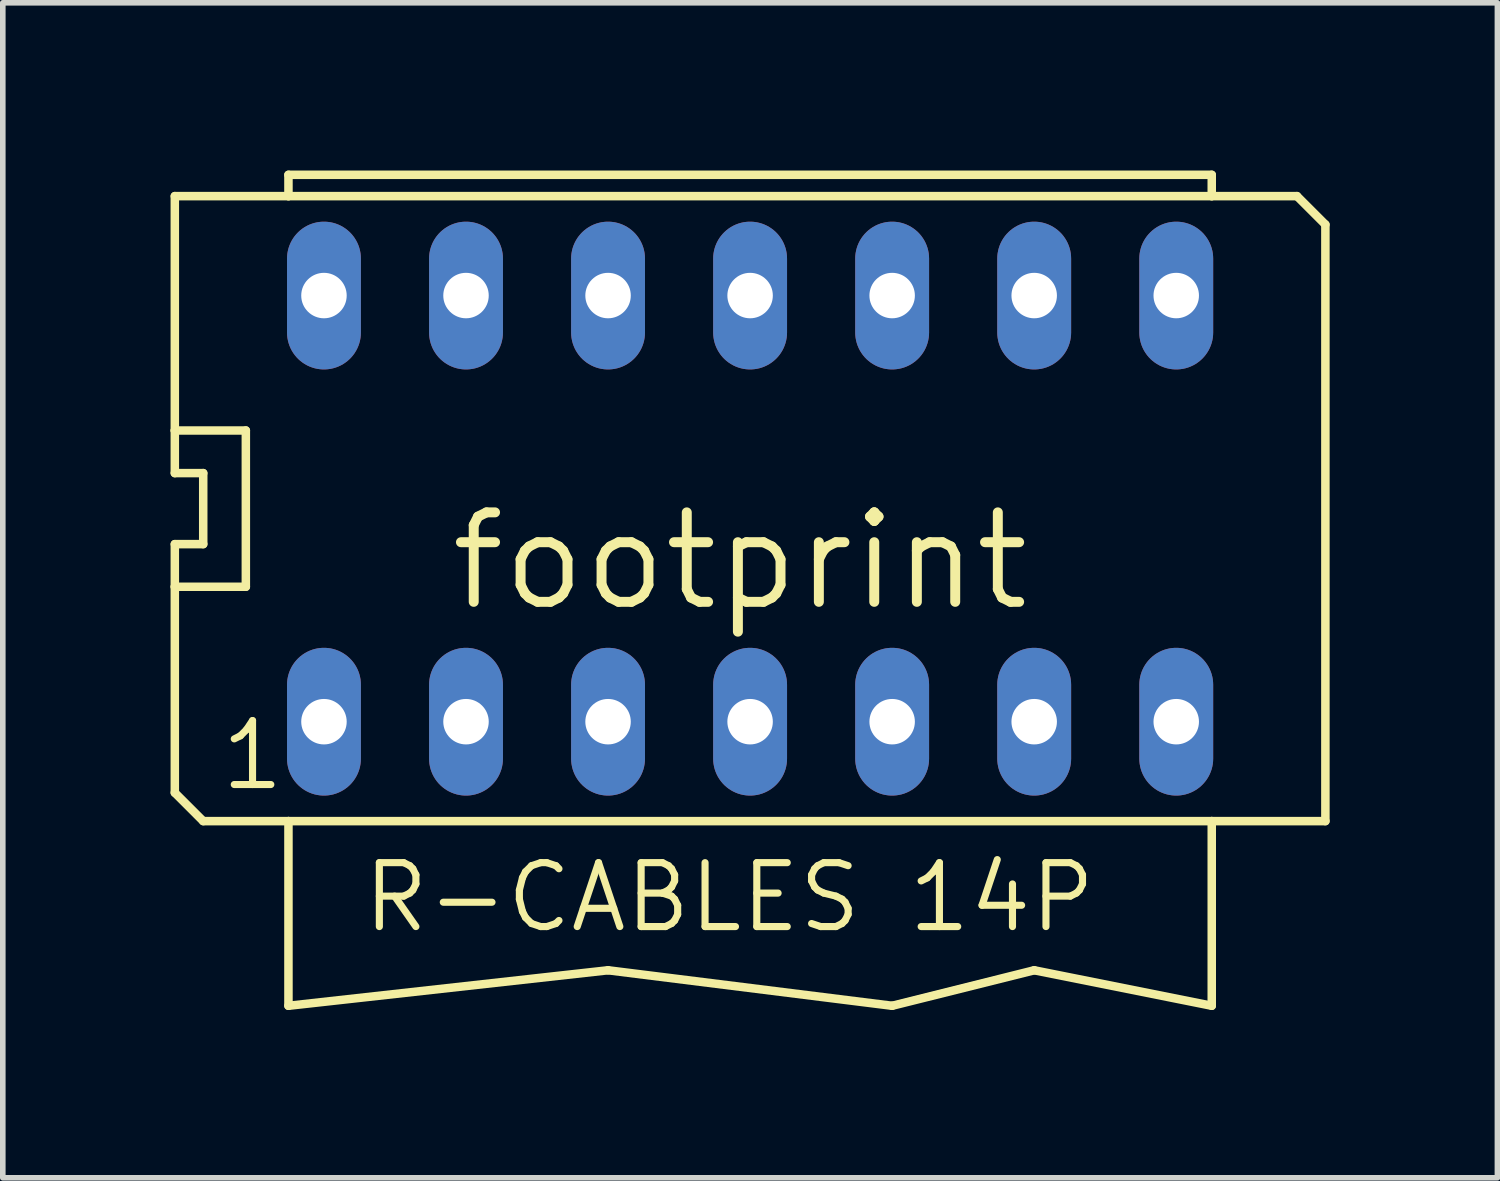
<source format=kicad_pcb>
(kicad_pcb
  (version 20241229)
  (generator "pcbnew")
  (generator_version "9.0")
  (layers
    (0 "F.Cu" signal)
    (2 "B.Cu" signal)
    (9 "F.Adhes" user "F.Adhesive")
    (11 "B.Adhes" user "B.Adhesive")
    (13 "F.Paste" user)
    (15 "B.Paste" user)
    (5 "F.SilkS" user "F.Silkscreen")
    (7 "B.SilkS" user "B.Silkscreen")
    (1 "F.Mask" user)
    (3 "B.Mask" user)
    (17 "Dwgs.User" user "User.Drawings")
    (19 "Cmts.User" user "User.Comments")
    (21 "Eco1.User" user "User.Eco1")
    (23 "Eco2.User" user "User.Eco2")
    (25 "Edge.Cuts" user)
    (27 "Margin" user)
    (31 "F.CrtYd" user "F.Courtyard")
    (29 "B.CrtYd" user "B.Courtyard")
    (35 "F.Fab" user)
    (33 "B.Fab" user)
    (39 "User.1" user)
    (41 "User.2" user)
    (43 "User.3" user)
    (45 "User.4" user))
  (footprint "footprint"
    (layer "F.Cu")
    (at 10.363 6.045)
    (property "Reference" "footprint" (at 5.08 0 0) (layer "F.SilkS") (effects (font (size 1.6 1.6) (thickness 0.178)) (justify right top)))
    (fp_line (start -10.287 -1.397) (end -10.287 -5.588) (stroke (width 0.152) (type solid)) (layer "F.SilkS"))
    (fp_line (start -10.287 -0.635) (end -10.287 -1.397) (stroke (width 0.152) (type solid)) (layer "F.SilkS"))
    (fp_line (start -10.287 0.635) (end -9.779 0.635) (stroke (width 0.152) (type solid)) (layer "F.SilkS"))
    (fp_line (start -10.287 1.397) (end -10.287 0.635) (stroke (width 0.152) (type solid)) (layer "F.SilkS"))
    (fp_line (start -10.287 1.397) (end -9.017 1.397) (stroke (width 0.152) (type solid)) (layer "F.SilkS"))
    (fp_line (start -10.287 5.08) (end -10.287 1.397) (stroke (width 0.152) (type solid)) (layer "F.SilkS"))
    (fp_line (start -9.779 -0.635) (end -10.287 -0.635) (stroke (width 0.152) (type solid)) (layer "F.SilkS"))
    (fp_line (start -9.779 -0.635) (end -9.779 0.635) (stroke (width 0.152) (type solid)) (layer "F.SilkS"))
    (fp_line (start -9.779 5.588) (end -10.287 5.08) (stroke (width 0.152) (type solid)) (layer "F.SilkS"))
    (fp_line (start -9.779 5.588) (end -8.255 5.588) (stroke (width 0.152) (type solid)) (layer "F.SilkS"))
    (fp_line (start -9.017 -1.397) (end -10.287 -1.397) (stroke (width 0.152) (type solid)) (layer "F.SilkS"))
    (fp_line (start -9.017 -1.397) (end -9.017 1.397) (stroke (width 0.152) (type solid)) (layer "F.SilkS"))
    (fp_line (start -8.255 -5.969) (end 8.255 -5.969) (stroke (width 0.152) (type solid)) (layer "F.SilkS"))
    (fp_line (start -8.255 -5.588) (end -10.287 -5.588) (stroke (width 0.152) (type solid)) (layer "F.SilkS"))
    (fp_line (start -8.255 -5.588) (end -8.255 -5.969) (stroke (width 0.152) (type solid)) (layer "F.SilkS"))
    (fp_line (start -8.255 5.588) (end -8.255 8.89) (stroke (width 0.152) (type solid)) (layer "F.SilkS"))
    (fp_line (start -8.255 5.588) (end 8.255 5.588) (stroke (width 0.152) (type solid)) (layer "F.SilkS"))
    (fp_line (start -8.255 8.89) (end -2.54 8.255) (stroke (width 0.152) (type solid)) (layer "F.SilkS"))
    (fp_line (start -2.54 8.255) (end 2.54 8.89) (stroke (width 0.152) (type solid)) (layer "F.SilkS"))
    (fp_line (start 2.54 8.89) (end 5.08 8.255) (stroke (width 0.152) (type solid)) (layer "F.SilkS"))
    (fp_line (start 5.08 8.255) (end 8.255 8.89) (stroke (width 0.152) (type solid)) (layer "F.SilkS"))
    (fp_line (start 8.255 -5.969) (end 8.255 -5.588) (stroke (width 0.152) (type solid)) (layer "F.SilkS"))
    (fp_line (start 8.255 -5.588) (end -8.255 -5.588) (stroke (width 0.152) (type solid)) (layer "F.SilkS"))
    (fp_line (start 8.255 5.588) (end 10.287 5.588) (stroke (width 0.152) (type solid)) (layer "F.SilkS"))
    (fp_line (start 8.255 8.89) (end 8.255 5.588) (stroke (width 0.152) (type solid)) (layer "F.SilkS"))
    (fp_line (start 9.779 -5.588) (end 8.255 -5.588) (stroke (width 0.152) (type solid)) (layer "F.SilkS"))
    (fp_line (start 10.287 -5.08) (end 9.779 -5.588) (stroke (width 0.152) (type solid)) (layer "F.SilkS"))
    (fp_line (start 10.287 5.588) (end 10.287 -5.08) (stroke (width 0.152) (type solid)) (layer "F.SilkS"))
    (fp_text user "R-CABLES 14P" (at -6.985 7.62 0) (layer "F.SilkS") (effects (font (size 1.143 1.143) (thickness 0.127)) (justify left bottom)))
    (fp_text user "1" (at -9.525 5.08 0) (layer "F.SilkS") (effects (font (size 1.143 1.143) (thickness 0.127)) (justify left bottom)))
    (pad "1" thru_hole oval (at -7.62 3.81 90) (size 2.642 1.321) (drill 0.813) (layers "*.Cu" "*.Mask"))
    (pad "2" thru_hole oval (at -5.08 3.81 90) (size 2.642 1.321) (drill 0.813) (layers "*.Cu" "*.Mask"))
    (pad "3" thru_hole oval (at -2.54 3.81 90) (size 2.642 1.321) (drill 0.813) (layers "*.Cu" "*.Mask"))
    (pad "4" thru_hole oval (at 0 3.81 90) (size 2.642 1.321) (drill 0.813) (layers "*.Cu" "*.Mask"))
    (pad "5" thru_hole oval (at 2.54 3.81 90) (size 2.642 1.321) (drill 0.813) (layers "*.Cu" "*.Mask"))
    (pad "6" thru_hole oval (at 5.08 3.81 90) (size 2.642 1.321) (drill 0.813) (layers "*.Cu" "*.Mask"))
    (pad "7" thru_hole oval (at 7.62 3.81 90) (size 2.642 1.321) (drill 0.813) (layers "*.Cu" "*.Mask"))
    (pad "8" thru_hole oval (at 7.62 -3.81 90) (size 2.642 1.321) (drill 0.813) (layers "*.Cu" "*.Mask"))
    (pad "9" thru_hole oval (at 5.08 -3.81 90) (size 2.642 1.321) (drill 0.813) (layers "*.Cu" "*.Mask"))
    (pad "10" thru_hole oval (at 2.54 -3.81 90) (size 2.642 1.321) (drill 0.813) (layers "*.Cu" "*.Mask"))
    (pad "11" thru_hole oval (at 0 -3.81 90) (size 2.642 1.321) (drill 0.813) (layers "*.Cu" "*.Mask"))
    (pad "12" thru_hole oval (at -2.54 -3.81 90) (size 2.642 1.321) (drill 0.813) (layers "*.Cu" "*.Mask"))
    (pad "13" thru_hole oval (at -5.08 -3.81 90) (size 2.642 1.321) (drill 0.813) (layers "*.Cu" "*.Mask"))
    (pad "14" thru_hole oval (at -7.62 -3.81 90) (size 2.642 1.321) (drill 0.813) (layers "*.Cu" "*.Mask")))
  (gr_rect
    (start -3 -3)
    (end 23.726 18.011)
    (stroke (width 0.1) (type default))
    (fill no)
    (layer "Edge.Cuts")))
</source>
